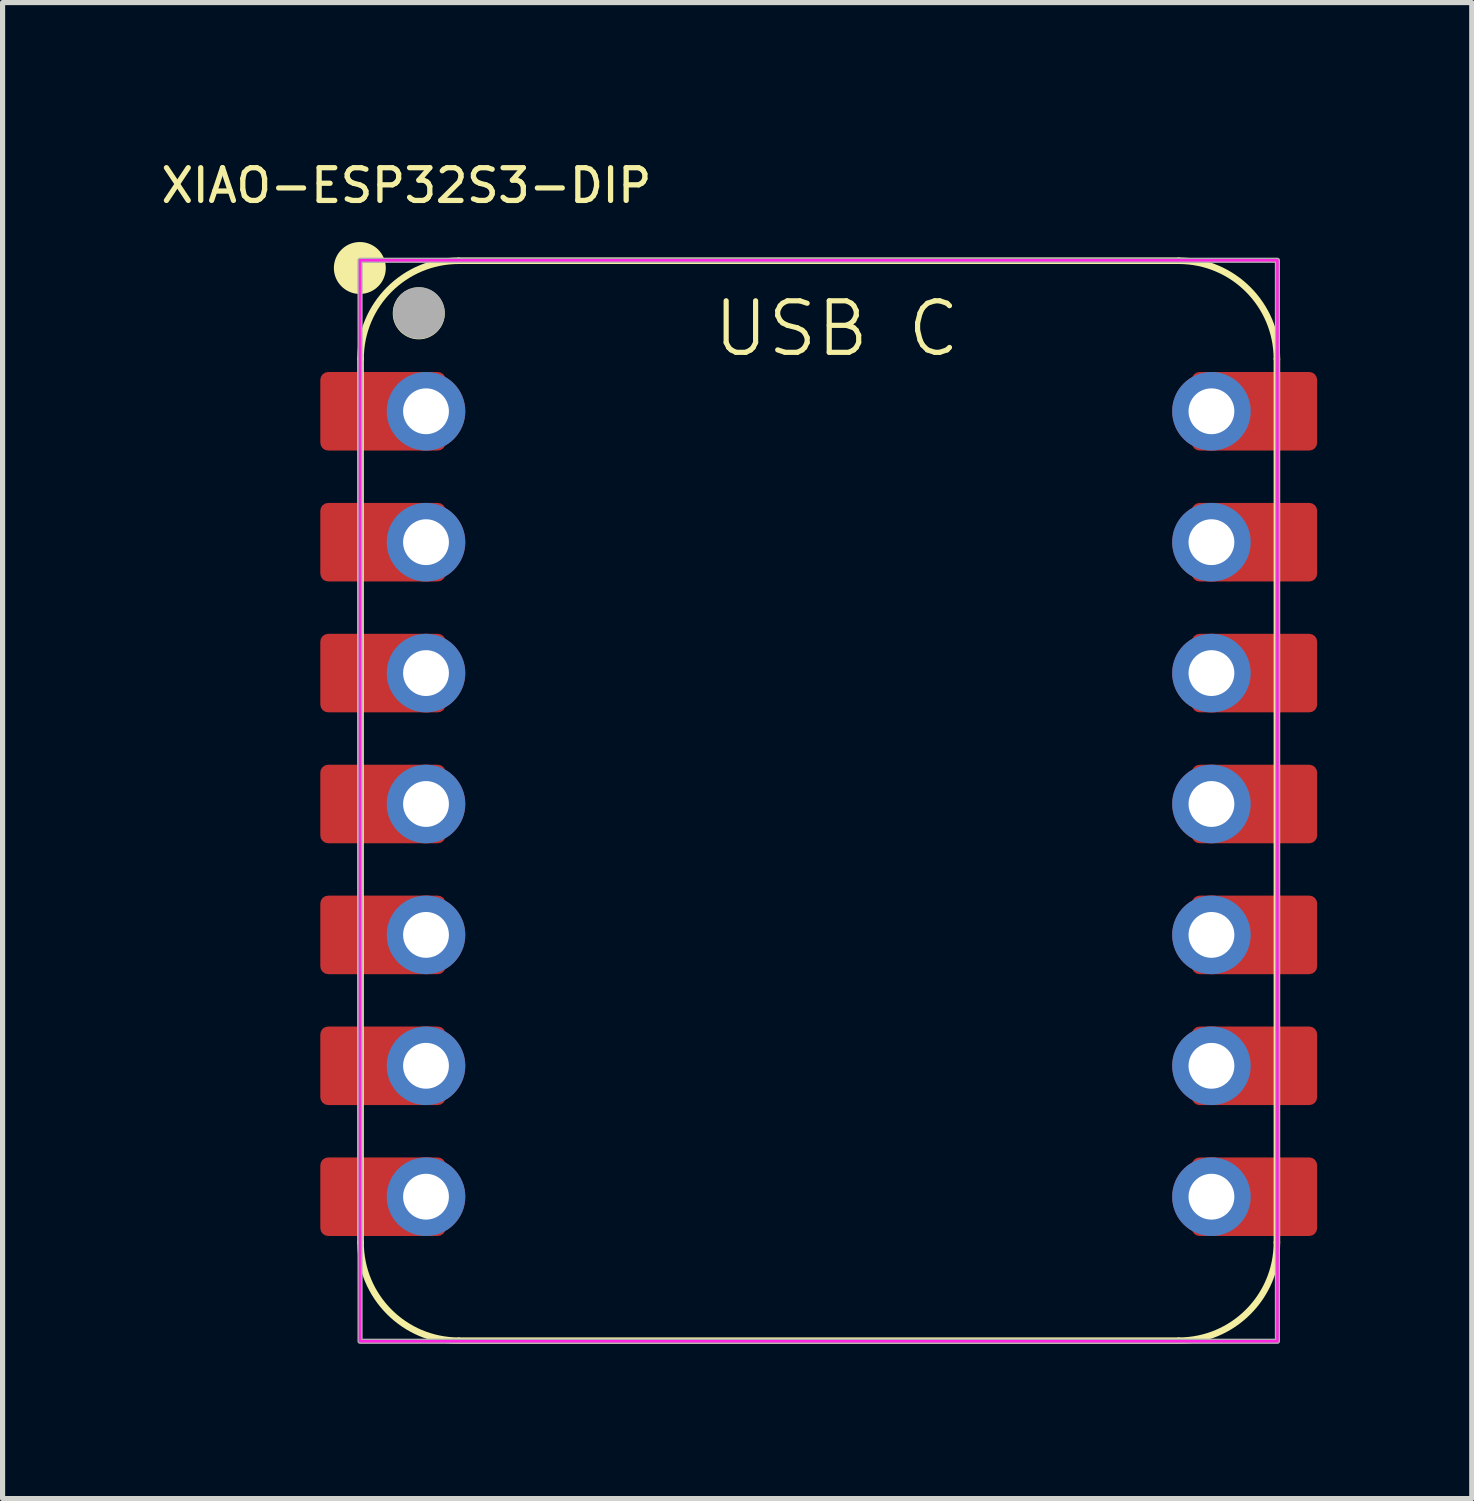
<source format=kicad_pcb>
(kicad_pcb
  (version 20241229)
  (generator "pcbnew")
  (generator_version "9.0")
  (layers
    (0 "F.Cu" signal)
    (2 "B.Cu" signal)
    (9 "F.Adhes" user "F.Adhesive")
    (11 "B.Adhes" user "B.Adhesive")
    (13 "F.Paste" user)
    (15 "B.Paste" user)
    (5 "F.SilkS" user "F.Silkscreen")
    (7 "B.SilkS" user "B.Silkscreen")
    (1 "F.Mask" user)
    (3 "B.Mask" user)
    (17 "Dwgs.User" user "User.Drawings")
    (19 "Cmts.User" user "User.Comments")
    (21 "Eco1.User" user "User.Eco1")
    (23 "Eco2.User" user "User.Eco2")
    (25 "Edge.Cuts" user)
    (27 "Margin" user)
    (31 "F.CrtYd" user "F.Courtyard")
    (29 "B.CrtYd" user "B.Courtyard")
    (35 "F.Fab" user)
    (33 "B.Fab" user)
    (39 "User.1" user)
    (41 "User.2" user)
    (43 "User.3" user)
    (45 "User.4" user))
  (footprint "XIAO-ESP32S3-DIP"
    (layer "F.Cu")
    (at 12.836 12.55)
    (property "Reference" "XIAO-ESP32S3-DIP" (at -8 -12 0) (unlocked yes) (layer "F.SilkS") (effects (font (size 0.635 0.635) (thickness 0.102))))
    (attr smd)
    (fp_line (start -8.89 8.509) (end -8.89 -8.636) (stroke (width 0.127) (type solid)) (layer "F.SilkS"))
    (fp_line (start -6.985 10.414) (end 6.985 10.414) (stroke (width 0.127) (type solid)) (layer "F.SilkS"))
    (fp_line (start 6.985 -10.541) (end -6.985 -10.541) (stroke (width 0.1) (type solid)) (layer "F.SilkS"))
    (fp_line (start 6.985 -10.541) (end -6.985 -10.541) (stroke (width 0.127) (type solid)) (layer "F.SilkS"))
    (fp_line (start 8.89 8.509) (end 8.89 -8.636) (stroke (width 0.127) (type solid)) (layer "F.SilkS"))
    (fp_arc (start -8.89 -8.636) (mid -8.332038 -9.983038) (end -6.985 -10.541) (stroke (width 0.127) (type solid)) (layer "F.SilkS"))
    (fp_arc (start -6.985 10.414) (mid -8.332038 9.856038) (end -8.89 8.509) (stroke (width 0.127) (type solid)) (layer "F.SilkS"))
    (fp_arc (start 6.985 -10.541) (mid 8.332038 -9.983038) (end 8.89 -8.636) (stroke (width 0.127) (type solid)) (layer "F.SilkS"))
    (fp_arc (start 8.89 8.509) (mid 8.332038 9.856038) (end 6.985 10.414) (stroke (width 0.127) (type solid)) (layer "F.SilkS"))
    (fp_circle (center -8.904 -10.4) (end -8.904 -10.654) (stroke (width 0.5) (type solid)) (fill yes) (layer "F.SilkS"))
    (fp_circle (center -7.761 -9.52) (end -7.761 -9.774) (stroke (width 0.5) (type solid)) (fill yes) (layer "F.SilkS"))
    (fp_rect (start -8.9 -10.55) (end 8.9 10.425) (stroke (width 0.05) (type default)) (fill no) (layer "F.CrtYd"))
    (fp_rect (start -8.9 -10.55) (end 8.9 10.425) (stroke (width 0.1) (type default)) (fill no) (layer "F.Fab"))
    (fp_circle (center -7.758 -9.526) (end -7.758 -9.78) (stroke (width 0.5) (type solid)) (fill no) (layer "F.Fab"))
    (fp_text user "USB C" (at -2.1 -8.636 0) (unlocked yes) (layer "F.SilkS") (effects (font (size 1 1) (thickness 0.1)) (justify left bottom)))
    (pad "1" smd roundrect (at -8.455 -7.62 180) (size 2.432 1.524) (layers "F.Cu" "F.Mask") (roundrect_rratio 0.1))
    (pad "1" thru_hole circle (at -7.62 -7.62 180) (size 1.524 1.524) (drill 0.889) (layers "*.Cu" "*.Mask"))
    (pad "2" smd roundrect (at -8.455 -5.08 180) (size 2.432 1.524) (layers "F.Cu" "F.Mask") (roundrect_rratio 0.1))
    (pad "2" thru_hole circle (at -7.62 -5.08 180) (size 1.524 1.524) (drill 0.889) (layers "*.Cu" "*.Mask"))
    (pad "3" smd roundrect (at -8.455 -2.54 180) (size 2.432 1.524) (layers "F.Cu" "F.Mask") (roundrect_rratio 0.1))
    (pad "3" thru_hole circle (at -7.62 -2.54 180) (size 1.524 1.524) (drill 0.889) (layers "*.Cu" "*.Mask"))
    (pad "4" smd roundrect (at -8.455 0 180) (size 2.432 1.524) (layers "F.Cu" "F.Mask") (roundrect_rratio 0.1))
    (pad "4" thru_hole circle (at -7.62 0 180) (size 1.524 1.524) (drill 0.889) (layers "*.Cu" "*.Mask"))
    (pad "5" smd roundrect (at -8.455 2.54 180) (size 2.432 1.524) (layers "F.Cu" "F.Mask") (roundrect_rratio 0.1))
    (pad "5" thru_hole circle (at -7.62 2.54 180) (size 1.524 1.524) (drill 0.889) (layers "*.Cu" "*.Mask"))
    (pad "6" smd roundrect (at -8.455 5.08 180) (size 2.432 1.524) (layers "F.Cu" "F.Mask") (roundrect_rratio 0.1))
    (pad "6" thru_hole circle (at -7.62 5.08 180) (size 1.524 1.524) (drill 0.889) (layers "*.Cu" "*.Mask"))
    (pad "7" smd roundrect (at -8.455 7.62 180) (size 2.432 1.524) (layers "F.Cu" "F.Mask") (roundrect_rratio 0.1))
    (pad "7" thru_hole circle (at -7.62 7.62 180) (size 1.524 1.524) (drill 0.889) (layers "*.Cu" "*.Mask"))
    (pad "8" thru_hole circle (at 7.62 7.62) (size 1.524 1.524) (drill 0.889) (layers "*.Cu" "*.Mask"))
    (pad "8" smd roundrect (at 8.455 7.62) (size 2.432 1.524) (layers "F.Cu" "F.Mask") (roundrect_rratio 0.1))
    (pad "9" thru_hole circle (at 7.62 5.08) (size 1.524 1.524) (drill 0.889) (layers "*.Cu" "*.Mask"))
    (pad "9" smd roundrect (at 8.455 5.08) (size 2.432 1.524) (layers "F.Cu" "F.Mask") (roundrect_rratio 0.1))
    (pad "10" thru_hole circle (at 7.62 2.54) (size 1.524 1.524) (drill 0.889) (layers "*.Cu" "*.Mask"))
    (pad "10" smd roundrect (at 8.455 2.54) (size 2.432 1.524) (layers "F.Cu" "F.Mask") (roundrect_rratio 0.1))
    (pad "11" thru_hole circle (at 7.62 0) (size 1.524 1.524) (drill 0.889) (layers "*.Cu" "*.Mask"))
    (pad "11" smd roundrect (at 8.455 0) (size 2.432 1.524) (layers "F.Cu" "F.Mask") (roundrect_rratio 0.1))
    (pad "12" thru_hole circle (at 7.62 -2.54) (size 1.524 1.524) (drill 0.889) (layers "*.Cu" "*.Mask"))
    (pad "12" smd roundrect (at 8.455 -2.54) (size 2.432 1.524) (layers "F.Cu" "F.Mask") (roundrect_rratio 0.1))
    (pad "13" thru_hole circle (at 7.62 -5.08) (size 1.524 1.524) (drill 0.889) (layers "*.Cu" "*.Mask"))
    (pad "13" smd roundrect (at 8.455 -5.08) (size 2.432 1.524) (layers "F.Cu" "F.Mask") (roundrect_rratio 0.1))
    (pad "14" thru_hole circle (at 7.62 -7.62) (size 1.524 1.524) (drill 0.889) (layers "*.Cu" "*.Mask"))
    (pad "14" smd roundrect (at 8.455 -7.62) (size 2.432 1.524) (layers "F.Cu" "F.Mask") (roundrect_rratio 0.1)))
  (gr_rect
    (start -3 -3)
    (end 25.507 26.027)
    (stroke (width 0.1) (type default))
    (fill no)
    (layer "Edge.Cuts")))
</source>
